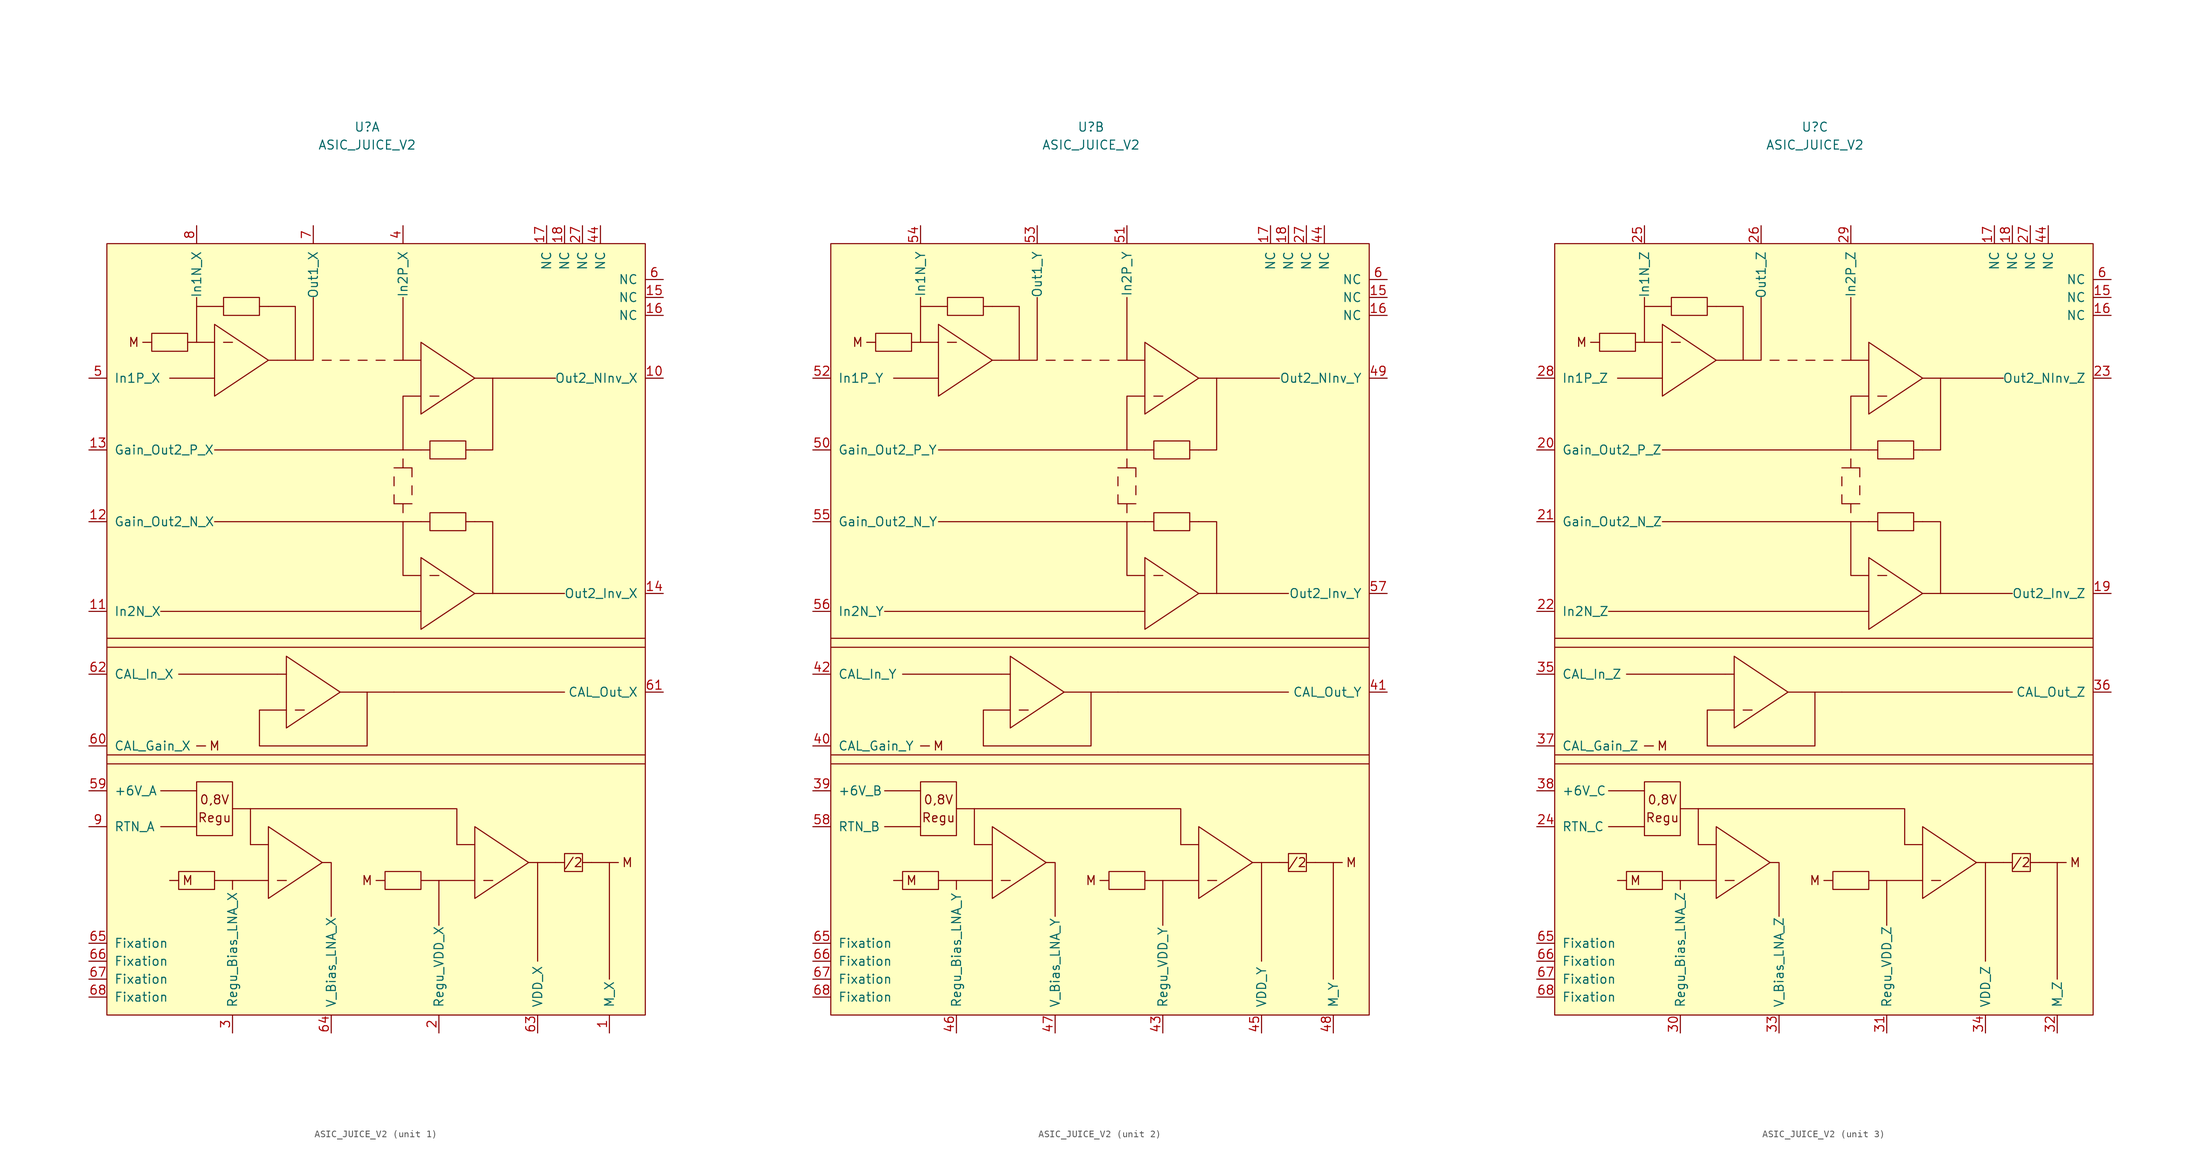
<source format=kicad_sym>
(kicad_symbol_lib
  (version 20211014)
  (generator kicad_symbol_editor)
  (symbol "ASIC_JUICE_V2"
    (pin_names
      (offset 1.016))
    (property "Reference" "U"
      (at -1.27 71.12 0)
      (effects (font (size 1.27 1.27))))
    (property "Value" "ASIC_JUICE_V2"
      (at -1.27 68.58 0)
      (effects (font (size 1.27 1.27))))
    (symbol "ASIC_JUICE_V2_0_0"
      (rectangle (start -31.75 41.91) (end -26.67 39.37) (stroke (width 0) (type default) (color 0 0 0 0)) (fill (type none)))
      (rectangle (start -27.94 -36.83) (end -22.86 -34.29) (stroke (width 0) (type default) (color 0 0 0 0)) (fill (type none)))
      (rectangle (start -21.59 46.99) (end -16.51 44.45) (stroke (width 0) (type default) (color 0 0 0 0)) (fill (type none)))
      (polyline (pts (xy -33.02 40.64) (xy -31.75 40.64)) (stroke (width 0) (type default) (color 0 0 0 0)) (fill (type none)))
      (polyline (pts (xy -27.94 -35.56) (xy -29.21 -35.56)) (stroke (width 0) (type default) (color 0 0 0 0)) (fill (type none)))
      (polyline (pts (xy -25.4 -22.86) (xy -30.48 -22.86)) (stroke (width 0) (type default) (color 0 0 0 0)) (fill (type none)))
      (polyline (pts (xy -21.59 40.64) (xy -20.32 40.64)) (stroke (width 0) (type default) (color 0 0 0 0)) (fill (type none)))
      (polyline (pts (xy -17.78 -30.48) (xy -15.24 -30.48)) (stroke (width 0) (type default) (color 0 0 0 0)) (fill (type none)))
      (polyline (pts (xy -13.97 -35.56) (xy -12.7 -35.56)) (stroke (width 0) (type default) (color 0 0 0 0)) (fill (type none)))
      (polyline (pts (xy -11.43 -11.43) (xy -10.16 -11.43)) (stroke (width 0) (type default) (color 0 0 0 0)) (fill (type none)))
      (polyline (pts (xy -1.27 -8.89) (xy 2.54 -8.89)) (stroke (width 0) (type default) (color 0 0 0 0)) (fill (type none)))
      (polyline (pts (xy 1.27 -35.56) (xy 0 -35.56)) (stroke (width 0) (type default) (color 0 0 0 0)) (fill (type none)))
      (polyline (pts (xy 6.35 15.24) (xy 7.62 15.24)) (stroke (width 0) (type default) (color 0 0 0 0)) (fill (type none)))
      (polyline (pts (xy 6.35 25.4) (xy 7.62 25.4)) (stroke (width 0) (type default) (color 0 0 0 0)) (fill (type none)))
      (polyline (pts (xy 7.62 7.62) (xy 8.89 7.62)) (stroke (width 0) (type default) (color 0 0 0 0)) (fill (type none)))
      (polyline (pts (xy 7.62 33.02) (xy 8.89 33.02)) (stroke (width 0) (type default) (color 0 0 0 0)) (fill (type none)))
      (polyline (pts (xy 12.7 15.24) (xy 13.97 15.24)) (stroke (width 0) (type default) (color 0 0 0 0)) (fill (type none)))
      (polyline (pts (xy 12.7 25.4) (xy 13.97 25.4)) (stroke (width 0) (type default) (color 0 0 0 0)) (fill (type none)))
      (polyline (pts (xy 13.97 5.08) (xy 16.51 5.08)) (stroke (width 0) (type default) (color 0 0 0 0)) (fill (type none)))
      (polyline (pts (xy 13.97 35.56) (xy 16.51 35.56)) (stroke (width 0) (type default) (color 0 0 0 0)) (fill (type none)))
      (polyline (pts (xy 15.24 -35.56) (xy 16.51 -35.56)) (stroke (width 0) (type default) (color 0 0 0 0)) (fill (type none)))
      (polyline (pts (xy -22.86 40.64) (xy -25.4 40.64) (xy -25.4 45.72) (xy -21.59 45.72)) (stroke (width 0) (type default) (color 0 0 0 0)) (fill (type none)))
      (polyline (pts (xy -15.24 -38.1) (xy -15.24 -27.94) (xy -7.62 -33.02) (xy -15.24 -38.1)) (stroke (width 0) (type default) (color 0 0 0 0)) (fill (type none)))
      (polyline (pts (xy -15.24 38.1) (xy -22.86 33.02) (xy -22.86 43.18) (xy -15.24 38.1)) (stroke (width 0) (type default) (color 0 0 0 0)) (fill (type none)))
      (polyline (pts (xy -15.24 45.72) (xy -11.43 45.72) (xy -11.43 38.1) (xy -13.97 38.1)) (stroke (width 0) (type default) (color 0 0 0 0)) (fill (type none)))
      (polyline (pts (xy -12.7 -3.81) (xy -5.08 -8.89) (xy -12.7 -13.97) (xy -12.7 -3.81)) (stroke (width 0) (type default) (color 0 0 0 0)) (fill (type none)))
      (polyline (pts (xy 6.35 40.64) (xy 6.35 30.48) (xy 13.97 35.56) (xy 6.35 40.64)) (stroke (width 0) (type default) (color 0 0 0 0)) (fill (type none)))
      (polyline (pts (xy 13.97 -38.1) (xy 13.97 -27.94) (xy 21.59 -33.02) (xy 13.97 -38.1)) (stroke (width 0) (type default) (color 0 0 0 0)) (fill (type none)))
      (polyline (pts (xy 6.35 10.16) (xy 6.35 2.54) (xy 6.35 0) (xy 13.97 5.08) (xy 6.35 10.16)) (stroke (width 0) (type default) (color 0 0 0 0)) (fill (type none)))
      (rectangle (start 6.35 -34.29) (end 1.27 -36.83) (stroke (width 0) (type default) (color 0 0 0 0)) (fill (type none)))
      (rectangle (start 7.62 13.97) (end 12.7 16.51) (stroke (width 0) (type default) (color 0 0 0 0)) (fill (type none)))
      (rectangle (start 7.62 24.13) (end 12.7 26.67) (stroke (width 0) (type default) (color 0 0 0 0)) (fill (type none)))
      (rectangle (start 26.67 -31.75) (end 29.21 -34.29) (stroke (width 0) (type default) (color 0 0 0 0)) (fill (type none)))
      (text "/2" (at 27.94 -33.02 0) (effects (font (size 1.27 1.27))))
      (text "0,8V" (at -22.86 -24.13 0) (effects (font (size 1.27 1.27))))
      (text "M" (at -34.29 40.64 0) (effects (font (size 1.27 1.27))))
      (text "M" (at -26.67 -35.56 0) (effects (font (size 1.27 1.27))))
      (text "M" (at -22.86 -16.51 0) (effects (font (size 1.27 1.27))))
      (text "M" (at -1.27 -35.56 0) (effects (font (size 1.27 1.27))))
      (text "M" (at 35.56 -33.02 0) (effects (font (size 1.27 1.27))))
      (text "Regu" (at -22.86 -26.67 0) (effects (font (size 1.27 1.27)))))
    (symbol "ASIC_JUICE_V2_0_1"
      (rectangle (start -38.1 54.61) (end 38.1 -54.61) (stroke (width 0) (type default) (color 0 0 0 0)) (fill (type background)))
      (rectangle (start -25.4 -21.59) (end -20.32 -29.21) (stroke (width 0) (type default) (color 0 0 0 0)) (fill (type none)))
      (polyline (pts (xy -38.1 -17.78) (xy 38.1 -17.78)) (stroke (width 0) (type default) (color 0 0 0 0)) (fill (type none)))
      (polyline (pts (xy -38.1 -1.27) (xy 38.1 -1.27)) (stroke (width 0) (type default) (color 0 0 0 0)) (fill (type none)))
      (polyline (pts (xy -30.48 2.54) (xy 6.35 2.54)) (stroke (width 0) (type default) (color 0 0 0 0)) (fill (type none)))
      (polyline (pts (xy -26.67 40.64) (xy -25.4 40.64)) (stroke (width 0) (type default) (color 0 0 0 0)) (fill (type none)))
      (polyline (pts (xy -25.4 -27.94) (xy -30.48 -27.94)) (stroke (width 0) (type default) (color 0 0 0 0)) (fill (type none)))
      (polyline (pts (xy -25.4 -16.51) (xy -24.13 -16.51)) (stroke (width 0) (type default) (color 0 0 0 0)) (fill (type none)))
      (polyline (pts (xy -25.4 45.72) (xy -25.4 46.99)) (stroke (width 0) (type default) (color 0 0 0 0)) (fill (type none)))
      (polyline (pts (xy -22.86 15.24) (xy 3.81 15.24)) (stroke (width 0) (type default) (color 0 0 0 0)) (fill (type none)))
      (polyline (pts (xy -22.86 35.56) (xy -29.21 35.56)) (stroke (width 0) (type default) (color 0 0 0 0)) (fill (type none)))
      (polyline (pts (xy -20.32 -35.56) (xy -20.32 -36.83)) (stroke (width 0) (type default) (color 0 0 0 0)) (fill (type none)))
      (polyline (pts (xy -20.32 -25.4) (xy -17.78 -25.4)) (stroke (width 0) (type default) (color 0 0 0 0)) (fill (type none)))
      (polyline (pts (xy -17.78 -30.48) (xy -17.78 -25.4)) (stroke (width 0) (type default) (color 0 0 0 0)) (fill (type none)))
      (polyline (pts (xy -16.51 45.72) (xy -15.24 45.72)) (stroke (width 0) (type default) (color 0 0 0 0)) (fill (type none)))
      (polyline (pts (xy -15.24 -35.56) (xy -22.86 -35.56)) (stroke (width 0) (type default) (color 0 0 0 0)) (fill (type none)))
      (polyline (pts (xy -15.24 38.1) (xy -13.97 38.1)) (stroke (width 0) (type default) (color 0 0 0 0)) (fill (type none)))
      (polyline (pts (xy -13.97 -6.35) (xy -27.94 -6.35)) (stroke (width 0) (type default) (color 0 0 0 0)) (fill (type none)))
      (polyline (pts (xy -13.97 -6.35) (xy -12.7 -6.35)) (stroke (width 0) (type default) (color 0 0 0 0)) (fill (type none)))
      (polyline (pts (xy -7.62 38.1) (xy -6.35 38.1)) (stroke (width 0) (type default) (color 0 0 0 0)) (fill (type none)))
      (polyline (pts (xy -5.08 38.1) (xy -3.81 38.1)) (stroke (width 0) (type default) (color 0 0 0 0)) (fill (type none)))
      (polyline (pts (xy -2.54 38.1) (xy -1.27 38.1)) (stroke (width 0) (type default) (color 0 0 0 0)) (fill (type none)))
      (polyline (pts (xy 0 38.1) (xy 1.27 38.1)) (stroke (width 0) (type default) (color 0 0 0 0)) (fill (type none)))
      (polyline (pts (xy 2.54 -8.89) (xy 26.67 -8.89)) (stroke (width 0) (type default) (color 0 0 0 0)) (fill (type none)))
      (polyline (pts (xy 2.54 19.05) (xy 2.54 17.78)) (stroke (width 0) (type default) (color 0 0 0 0)) (fill (type none)))
      (polyline (pts (xy 2.54 21.59) (xy 2.54 20.32)) (stroke (width 0) (type default) (color 0 0 0 0)) (fill (type none)))
      (polyline (pts (xy 2.54 38.1) (xy 3.81 38.1)) (stroke (width 0) (type default) (color 0 0 0 0)) (fill (type none)))
      (polyline (pts (xy 3.81 16.51) (xy 3.81 17.78)) (stroke (width 0) (type default) (color 0 0 0 0)) (fill (type none)))
      (polyline (pts (xy 3.81 17.78) (xy 2.54 17.78)) (stroke (width 0) (type default) (color 0 0 0 0)) (fill (type none)))
      (polyline (pts (xy 3.81 17.78) (xy 5.08 17.78)) (stroke (width 0) (type default) (color 0 0 0 0)) (fill (type none)))
      (polyline (pts (xy 3.81 22.86) (xy 2.54 22.86)) (stroke (width 0) (type default) (color 0 0 0 0)) (fill (type none)))
      (polyline (pts (xy 3.81 22.86) (xy 3.81 24.13)) (stroke (width 0) (type default) (color 0 0 0 0)) (fill (type none)))
      (polyline (pts (xy 3.81 22.86) (xy 5.08 22.86)) (stroke (width 0) (type default) (color 0 0 0 0)) (fill (type none)))
      (polyline (pts (xy 3.81 25.4) (xy -22.86 25.4)) (stroke (width 0) (type default) (color 0 0 0 0)) (fill (type none)))
      (polyline (pts (xy 3.81 38.1) (xy 3.81 46.99)) (stroke (width 0) (type default) (color 0 0 0 0)) (fill (type none)))
      (polyline (pts (xy 5.08 19.05) (xy 5.08 20.32)) (stroke (width 0) (type default) (color 0 0 0 0)) (fill (type none)))
      (polyline (pts (xy 5.08 21.59) (xy 5.08 22.86)) (stroke (width 0) (type default) (color 0 0 0 0)) (fill (type none)))
      (polyline (pts (xy 6.35 -35.56) (xy 13.97 -35.56)) (stroke (width 0) (type default) (color 0 0 0 0)) (fill (type none)))
      (polyline (pts (xy 6.35 15.24) (xy 3.81 15.24)) (stroke (width 0) (type default) (color 0 0 0 0)) (fill (type none)))
      (polyline (pts (xy 6.35 25.4) (xy 3.81 25.4)) (stroke (width 0) (type default) (color 0 0 0 0)) (fill (type none)))
      (polyline (pts (xy 6.35 38.1) (xy 3.81 38.1)) (stroke (width 0) (type default) (color 0 0 0 0)) (fill (type none)))
      (polyline (pts (xy 8.89 -35.56) (xy 8.89 -41.91)) (stroke (width 0) (type default) (color 0 0 0 0)) (fill (type none)))
      (polyline (pts (xy 13.97 -30.48) (xy 11.43 -30.48)) (stroke (width 0) (type default) (color 0 0 0 0)) (fill (type none)))
      (polyline (pts (xy 16.51 5.08) (xy 26.67 5.08)) (stroke (width 0) (type default) (color 0 0 0 0)) (fill (type none)))
      (polyline (pts (xy 16.51 35.56) (xy 25.4 35.56)) (stroke (width 0) (type default) (color 0 0 0 0)) (fill (type none)))
      (polyline (pts (xy 21.59 -33.02) (xy 25.4 -33.02)) (stroke (width 0) (type default) (color 0 0 0 0)) (fill (type none)))
      (polyline (pts (xy 22.86 -46.99) (xy 22.86 -33.02)) (stroke (width 0) (type default) (color 0 0 0 0)) (fill (type none)))
      (polyline (pts (xy 25.4 -33.02) (xy 26.67 -33.02)) (stroke (width 0) (type default) (color 0 0 0 0)) (fill (type none)))
      (polyline (pts (xy 29.21 -33.02) (xy 30.48 -33.02)) (stroke (width 0) (type default) (color 0 0 0 0)) (fill (type none)))
      (polyline (pts (xy 30.48 -33.02) (xy 34.29 -33.02)) (stroke (width 0) (type default) (color 0 0 0 0)) (fill (type none)))
      (polyline (pts (xy 33.02 -49.53) (xy 33.02 -33.02)) (stroke (width 0) (type default) (color 0 0 0 0)) (fill (type none)))
      (polyline (pts (xy 38.1 -19.05) (xy -38.1 -19.05)) (stroke (width 0) (type default) (color 0 0 0 0)) (fill (type none)))
      (polyline (pts (xy 38.1 -2.54) (xy -38.1 -2.54)) (stroke (width 0) (type default) (color 0 0 0 0)) (fill (type none)))
      (polyline (pts (xy -17.78 -25.4) (xy 11.43 -25.4) (xy 11.43 -30.48)) (stroke (width 0) (type default) (color 0 0 0 0)) (fill (type none)))
      (polyline (pts (xy -11.43 38.1) (xy -8.89 38.1) (xy -8.89 46.99)) (stroke (width 0) (type default) (color 0 0 0 0)) (fill (type none)))
      (polyline (pts (xy -7.62 -33.02) (xy -6.35 -33.02) (xy -6.35 -40.64)) (stroke (width 0) (type default) (color 0 0 0 0)) (fill (type none)))
      (polyline (pts (xy 6.35 7.62) (xy 3.81 7.62) (xy 3.81 15.24)) (stroke (width 0) (type default) (color 0 0 0 0)) (fill (type none)))
      (polyline (pts (xy 6.35 33.02) (xy 3.81 33.02) (xy 3.81 25.4)) (stroke (width 0) (type default) (color 0 0 0 0)) (fill (type none)))
      (polyline (pts (xy 13.97 15.24) (xy 16.51 15.24) (xy 16.51 5.08)) (stroke (width 0) (type default) (color 0 0 0 0)) (fill (type none)))
      (polyline (pts (xy 13.97 25.4) (xy 16.51 25.4) (xy 16.51 35.56)) (stroke (width 0) (type default) (color 0 0 0 0)) (fill (type none)))
      (polyline (pts (xy -12.7 -11.43) (xy -16.51 -11.43) (xy -16.51 -16.51) (xy -1.27 -16.51) (xy -1.27 -8.89) (xy -5.08 -8.89)) (stroke (width 0) (type default) (color 0 0 0 0)) (fill (type none)))
      (pin power_in line (at 40.64 46.99 180) (length 2.54) (name "NC" (effects (font (size 1.27 1.27)))) (number "15" (effects (font (size 1.27 1.27)))))
      (pin power_in line (at 40.64 44.45 180) (length 2.54) (name "NC" (effects (font (size 1.27 1.27)))) (number "16" (effects (font (size 1.27 1.27)))))
      (pin power_in line (at 24.13 57.15 270) (length 2.54) (name "NC" (effects (font (size 1.27 1.27)))) (number "17" (effects (font (size 1.27 1.27)))))
      (pin power_in line (at 26.67 57.15 270) (length 2.54) (name "NC" (effects (font (size 1.27 1.27)))) (number "18" (effects (font (size 1.27 1.27)))))
      (pin power_in line (at 29.21 57.15 270) (length 2.54) (name "NC" (effects (font (size 1.27 1.27)))) (number "27" (effects (font (size 1.27 1.27)))))
      (pin power_in line (at 31.75 57.15 270) (length 2.54) (name "NC" (effects (font (size 1.27 1.27)))) (number "44" (effects (font (size 1.27 1.27)))))
      (pin power_in line (at 40.64 49.53 180) (length 2.54) (name "NC" (effects (font (size 1.27 1.27)))) (number "6" (effects (font (size 1.27 1.27)))))
      (pin power_in line (at -40.64 -44.45 0) (length 2.54) (name "Fixation" (effects (font (size 1.27 1.27)))) (number "65" (effects (font (size 1.27 1.27)))))
      (pin power_in line (at -40.64 -46.99 0) (length 2.54) (name "Fixation" (effects (font (size 1.27 1.27)))) (number "66" (effects (font (size 1.27 1.27)))))
      (pin power_in line (at -40.64 -49.53 0) (length 2.54) (name "Fixation" (effects (font (size 1.27 1.27)))) (number "67" (effects (font (size 1.27 1.27)))))
      (pin power_in line (at -40.64 -52.07 0) (length 2.54) (name "Fixation" (effects (font (size 1.27 1.27)))) (number "68" (effects (font (size 1.27 1.27))))))
    (symbol "ASIC_JUICE_V2_1_1"
      (pin output line (at 33.02 -57.15 90) (length 2.54) (name "M_X" (effects (font (size 1.27 1.27)))) (number "1" (effects (font (size 1.27 1.27)))))
      (pin output line (at 40.64 35.56 180) (length 2.54) (name "Out2_NInv_X" (effects (font (size 1.27 1.27)))) (number "10" (effects (font (size 1.27 1.27)))))
      (pin input line (at -40.64 2.54 0) (length 2.54) (name "In2N_X" (effects (font (size 1.27 1.27)))) (number "11" (effects (font (size 1.27 1.27)))))
      (pin passive line (at -40.64 15.24 0) (length 2.54) (name "Gain_Out2_N_X" (effects (font (size 1.27 1.27)))) (number "12" (effects (font (size 1.27 1.27)))))
      (pin passive line (at -40.64 25.4 0) (length 2.54) (name "Gain_Out2_P_X" (effects (font (size 1.27 1.27)))) (number "13" (effects (font (size 1.27 1.27)))))
      (pin output line (at 40.64 5.08 180) (length 2.54) (name "Out2_Inv_X" (effects (font (size 1.27 1.27)))) (number "14" (effects (font (size 1.27 1.27)))))
      (pin passive line (at 8.89 -57.15 90) (length 2.54) (name "Regu_VDD_X" (effects (font (size 1.27 1.27)))) (number "2" (effects (font (size 1.27 1.27)))))
      (pin passive line (at -20.32 -57.15 90) (length 2.54) (name "Regu_Bias_LNA_X" (effects (font (size 1.27 1.27)))) (number "3" (effects (font (size 1.27 1.27)))))
      (pin input line (at 3.81 57.15 270) (length 2.54) (name "In2P_X" (effects (font (size 1.27 1.27)))) (number "4" (effects (font (size 1.27 1.27)))))
      (pin input line (at -40.64 35.56 0) (length 2.54) (name "In1P_X" (effects (font (size 1.27 1.27)))) (number "5" (effects (font (size 1.27 1.27)))))
      (pin power_in line (at -40.64 -22.86 0) (length 2.54) (name "+6V_A" (effects (font (size 1.27 1.27)))) (number "59" (effects (font (size 1.27 1.27)))))
      (pin passive line (at -40.64 -16.51 0) (length 2.54) (name "CAL_Gain_X" (effects (font (size 1.27 1.27)))) (number "60" (effects (font (size 1.27 1.27)))))
      (pin output line (at 40.64 -8.89 180) (length 2.54) (name "CAL_Out_X" (effects (font (size 1.27 1.27)))) (number "61" (effects (font (size 1.27 1.27)))))
      (pin input line (at -40.64 -6.35 0) (length 2.54) (name "CAL_In_X" (effects (font (size 1.27 1.27)))) (number "62" (effects (font (size 1.27 1.27)))))
      (pin output line (at 22.86 -57.15 90) (length 2.54) (name "VDD_X" (effects (font (size 1.27 1.27)))) (number "63" (effects (font (size 1.27 1.27)))))
      (pin output line (at -6.35 -57.15 90) (length 2.54) (name "V_Bias_LNA_X" (effects (font (size 1.27 1.27)))) (number "64" (effects (font (size 1.27 1.27)))))
      (pin output line (at -8.89 57.15 270) (length 2.54) (name "Out1_X" (effects (font (size 1.27 1.27)))) (number "7" (effects (font (size 1.27 1.27)))))
      (pin input line (at -25.4 57.15 270) (length 2.54) (name "In1N_X" (effects (font (size 1.27 1.27)))) (number "8" (effects (font (size 1.27 1.27)))))
      (pin power_in line (at -40.64 -27.94 0) (length 2.54) (name "RTN_A" (effects (font (size 1.27 1.27)))) (number "9" (effects (font (size 1.27 1.27))))))
    (symbol "ASIC_JUICE_V2_2_1"
      (pin power_in line (at -40.64 -22.86 0) (length 2.54) (name "+6V_B" (effects (font (size 1.27 1.27)))) (number "39" (effects (font (size 1.27 1.27)))))
      (pin passive line (at -40.64 -16.51 0) (length 2.54) (name "CAL_Gain_Y" (effects (font (size 1.27 1.27)))) (number "40" (effects (font (size 1.27 1.27)))))
      (pin output line (at 40.64 -8.89 180) (length 2.54) (name "CAL_Out_Y" (effects (font (size 1.27 1.27)))) (number "41" (effects (font (size 1.27 1.27)))))
      (pin input line (at -40.64 -6.35 0) (length 2.54) (name "CAL_In_Y" (effects (font (size 1.27 1.27)))) (number "42" (effects (font (size 1.27 1.27)))))
      (pin passive line (at 8.89 -57.15 90) (length 2.54) (name "Regu_VDD_Y" (effects (font (size 1.27 1.27)))) (number "43" (effects (font (size 1.27 1.27)))))
      (pin output line (at 22.86 -57.15 90) (length 2.54) (name "VDD_Y" (effects (font (size 1.27 1.27)))) (number "45" (effects (font (size 1.27 1.27)))))
      (pin passive line (at -20.32 -57.15 90) (length 2.54) (name "Regu_Bias_LNA_Y" (effects (font (size 1.27 1.27)))) (number "46" (effects (font (size 1.27 1.27)))))
      (pin output line (at -6.35 -57.15 90) (length 2.54) (name "V_Bias_LNA_Y" (effects (font (size 1.27 1.27)))) (number "47" (effects (font (size 1.27 1.27)))))
      (pin output line (at 33.02 -57.15 90) (length 2.54) (name "M_Y" (effects (font (size 1.27 1.27)))) (number "48" (effects (font (size 1.27 1.27)))))
      (pin output line (at 40.64 35.56 180) (length 2.54) (name "Out2_NInv_Y" (effects (font (size 1.27 1.27)))) (number "49" (effects (font (size 1.27 1.27)))))
      (pin passive line (at -40.64 25.4 0) (length 2.54) (name "Gain_Out2_P_Y" (effects (font (size 1.27 1.27)))) (number "50" (effects (font (size 1.27 1.27)))))
      (pin input line (at 3.81 57.15 270) (length 2.54) (name "In2P_Y" (effects (font (size 1.27 1.27)))) (number "51" (effects (font (size 1.27 1.27)))))
      (pin input line (at -40.64 35.56 0) (length 2.54) (name "In1P_Y" (effects (font (size 1.27 1.27)))) (number "52" (effects (font (size 1.27 1.27)))))
      (pin output line (at -8.89 57.15 270) (length 2.54) (name "Out1_Y" (effects (font (size 1.27 1.27)))) (number "53" (effects (font (size 1.27 1.27)))))
      (pin input line (at -25.4 57.15 270) (length 2.54) (name "In1N_Y" (effects (font (size 1.27 1.27)))) (number "54" (effects (font (size 1.27 1.27)))))
      (pin passive line (at -40.64 15.24 0) (length 2.54) (name "Gain_Out2_N_Y" (effects (font (size 1.27 1.27)))) (number "55" (effects (font (size 1.27 1.27)))))
      (pin input line (at -40.64 2.54 0) (length 2.54) (name "In2N_Y" (effects (font (size 1.27 1.27)))) (number "56" (effects (font (size 1.27 1.27)))))
      (pin output line (at 40.64 5.08 180) (length 2.54) (name "Out2_Inv_Y" (effects (font (size 1.27 1.27)))) (number "57" (effects (font (size 1.27 1.27)))))
      (pin power_in line (at -40.64 -27.94 0) (length 2.54) (name "RTN_B" (effects (font (size 1.27 1.27)))) (number "58" (effects (font (size 1.27 1.27))))))
    (symbol "ASIC_JUICE_V2_3_1"
      (pin output line (at 40.64 5.08 180) (length 2.54) (name "Out2_Inv_Z" (effects (font (size 1.27 1.27)))) (number "19" (effects (font (size 1.27 1.27)))))
      (pin passive line (at -40.64 25.4 0) (length 2.54) (name "Gain_Out2_P_Z" (effects (font (size 1.27 1.27)))) (number "20" (effects (font (size 1.27 1.27)))))
      (pin passive line (at -40.64 15.24 0) (length 2.54) (name "Gain_Out2_N_Z" (effects (font (size 1.27 1.27)))) (number "21" (effects (font (size 1.27 1.27)))))
      (pin input line (at -40.64 2.54 0) (length 2.54) (name "In2N_Z" (effects (font (size 1.27 1.27)))) (number "22" (effects (font (size 1.27 1.27)))))
      (pin output line (at 40.64 35.56 180) (length 2.54) (name "Out2_NInv_Z" (effects (font (size 1.27 1.27)))) (number "23" (effects (font (size 1.27 1.27)))))
      (pin power_in line (at -40.64 -27.94 0) (length 2.54) (name "RTN_C" (effects (font (size 1.27 1.27)))) (number "24" (effects (font (size 1.27 1.27)))))
      (pin input line (at -25.4 57.15 270) (length 2.54) (name "In1N_Z" (effects (font (size 1.27 1.27)))) (number "25" (effects (font (size 1.27 1.27)))))
      (pin output line (at -8.89 57.15 270) (length 2.54) (name "Out1_Z" (effects (font (size 1.27 1.27)))) (number "26" (effects (font (size 1.27 1.27)))))
      (pin input line (at -40.64 35.56 0) (length 2.54) (name "In1P_Z" (effects (font (size 1.27 1.27)))) (number "28" (effects (font (size 1.27 1.27)))))
      (pin input line (at 3.81 57.15 270) (length 2.54) (name "In2P_Z" (effects (font (size 1.27 1.27)))) (number "29" (effects (font (size 1.27 1.27)))))
      (pin passive line (at -20.32 -57.15 90) (length 2.54) (name "Regu_Bias_LNA_Z" (effects (font (size 1.27 1.27)))) (number "30" (effects (font (size 1.27 1.27)))))
      (pin passive line (at 8.89 -57.15 90) (length 2.54) (name "Regu_VDD_Z" (effects (font (size 1.27 1.27)))) (number "31" (effects (font (size 1.27 1.27)))))
      (pin output line (at 33.02 -57.15 90) (length 2.54) (name "M_Z" (effects (font (size 1.27 1.27)))) (number "32" (effects (font (size 1.27 1.27)))))
      (pin output line (at -6.35 -57.15 90) (length 2.54) (name "V_Bias_LNA_Z" (effects (font (size 1.27 1.27)))) (number "33" (effects (font (size 1.27 1.27)))))
      (pin output line (at 22.86 -57.15 90) (length 2.54) (name "VDD_Z" (effects (font (size 1.27 1.27)))) (number "34" (effects (font (size 1.27 1.27)))))
      (pin input line (at -40.64 -6.35 0) (length 2.54) (name "CAL_In_Z" (effects (font (size 1.27 1.27)))) (number "35" (effects (font (size 1.27 1.27)))))
      (pin output line (at 40.64 -8.89 180) (length 2.54) (name "CAL_Out_Z" (effects (font (size 1.27 1.27)))) (number "36" (effects (font (size 1.27 1.27)))))
      (pin passive line (at -40.64 -16.51 0) (length 2.54) (name "CAL_Gain_Z" (effects (font (size 1.27 1.27)))) (number "37" (effects (font (size 1.27 1.27)))))
      (pin power_in line (at -40.64 -22.86 0) (length 2.54) (name "+6V_C" (effects (font (size 1.27 1.27)))) (number "38" (effects (font (size 1.27 1.27))))))))
</source>
